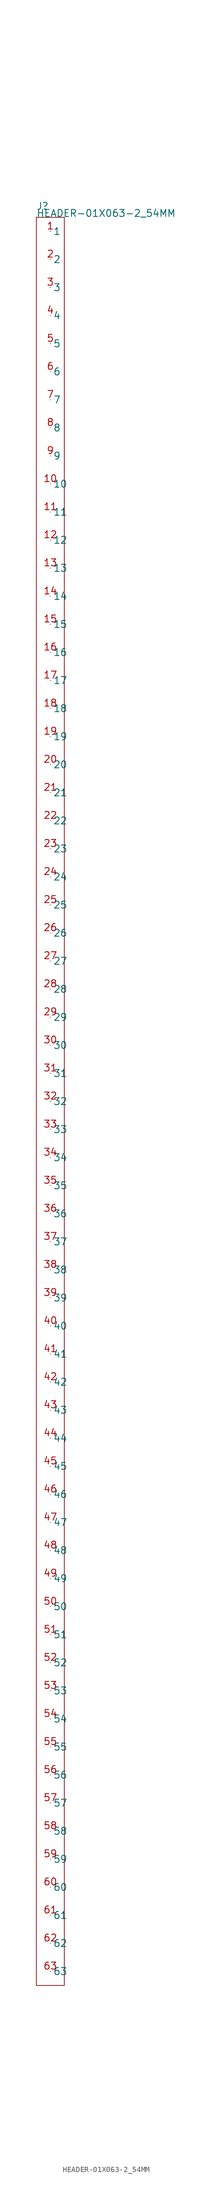
<source format=kicad_sym>
(kicad_symbol_lib
  (version 20211014)
  (generator kicad_symbol_editor)
  (symbol "HEADER-01X063-2_54MM"
    (pin_names)
    (property "Reference" "J"
      (at -2.54 161.29 0)
      (effects (font (size 1.27 1.27)) (justify left bottom)))
    (property "Value" "HEADER-01X063-2_54MM"
      (at -2.54 160.02 0)
      (effects (font (size 1.27 1.27)) (justify left bottom)))
    (property "Datasheet" ""
      (at 0 0 0))
    (property "ki_description" "Header 1x63  - Header Vertical 63POS 2.54MM Technical Specifications: Pitch: 0.1\" (2.54mm) "
      (at 0 0 0))
    (property "ki_fp_filters" "FlashPCB_Connectors:HEADER-THT-01X063-2_54MM FlashPCB_Connectors:HEADER-THT-LONG-01X063-2_54MM FlashPCB_Connectors:HEADER-THT-NOSILK-01X063-2_54MM FlashPCB_Connectors:HEADER-THT-LONG-NOSILK-01X063-2_54MM"
      (at 0 0 0))
    (symbol "HEADER-01X063-2_54MM_1_1"
      (polyline (pts (xy -2.54 160.02) (xy 2.54 160.02)) (stroke (width 0.127)) (fill (type none)))
      (polyline (pts (xy 2.54 160.02) (xy 2.54 -160.02)) (stroke (width 0.127)) (fill (type none)))
      (polyline (pts (xy 2.54 -160.02) (xy -2.54 -160.02)) (stroke (width 0.127)) (fill (type none)))
      (polyline (pts (xy -2.54 -160.02) (xy -2.54 160.02)) (stroke (width 0.127)) (fill (type none)))
      (pin bidirectional line (at 0 157.48 0) (length 0) (name "1" (effects (font (size 1.27 1.27)))) (number "1" (effects (font (size 1.27 1.27)))))
      (pin bidirectional line (at 0 152.4 0) (length 0) (name "2" (effects (font (size 1.27 1.27)))) (number "2" (effects (font (size 1.27 1.27)))))
      (pin bidirectional line (at 0 147.32 0) (length 0) (name "3" (effects (font (size 1.27 1.27)))) (number "3" (effects (font (size 1.27 1.27)))))
      (pin bidirectional line (at 0 142.24 0) (length 0) (name "4" (effects (font (size 1.27 1.27)))) (number "4" (effects (font (size 1.27 1.27)))))
      (pin bidirectional line (at 0 137.16 0) (length 0) (name "5" (effects (font (size 1.27 1.27)))) (number "5" (effects (font (size 1.27 1.27)))))
      (pin bidirectional line (at 0 132.08 0) (length 0) (name "6" (effects (font (size 1.27 1.27)))) (number "6" (effects (font (size 1.27 1.27)))))
      (pin bidirectional line (at 0 127 0) (length 0) (name "7" (effects (font (size 1.27 1.27)))) (number "7" (effects (font (size 1.27 1.27)))))
      (pin bidirectional line (at 0 121.92 0) (length 0) (name "8" (effects (font (size 1.27 1.27)))) (number "8" (effects (font (size 1.27 1.27)))))
      (pin bidirectional line (at 0 116.84 0) (length 0) (name "9" (effects (font (size 1.27 1.27)))) (number "9" (effects (font (size 1.27 1.27)))))
      (pin bidirectional line (at 0 111.76 0) (length 0) (name "10" (effects (font (size 1.27 1.27)))) (number "10" (effects (font (size 1.27 1.27)))))
      (pin bidirectional line (at 0 106.68 0) (length 0) (name "11" (effects (font (size 1.27 1.27)))) (number "11" (effects (font (size 1.27 1.27)))))
      (pin bidirectional line (at 0 101.6 0) (length 0) (name "12" (effects (font (size 1.27 1.27)))) (number "12" (effects (font (size 1.27 1.27)))))
      (pin bidirectional line (at 0 96.52 0) (length 0) (name "13" (effects (font (size 1.27 1.27)))) (number "13" (effects (font (size 1.27 1.27)))))
      (pin bidirectional line (at 0 91.44 0) (length 0) (name "14" (effects (font (size 1.27 1.27)))) (number "14" (effects (font (size 1.27 1.27)))))
      (pin bidirectional line (at 0 86.36 0) (length 0) (name "15" (effects (font (size 1.27 1.27)))) (number "15" (effects (font (size 1.27 1.27)))))
      (pin bidirectional line (at 0 81.28 0) (length 0) (name "16" (effects (font (size 1.27 1.27)))) (number "16" (effects (font (size 1.27 1.27)))))
      (pin bidirectional line (at 0 76.2 0) (length 0) (name "17" (effects (font (size 1.27 1.27)))) (number "17" (effects (font (size 1.27 1.27)))))
      (pin bidirectional line (at 0 71.12 0) (length 0) (name "18" (effects (font (size 1.27 1.27)))) (number "18" (effects (font (size 1.27 1.27)))))
      (pin bidirectional line (at 0 66.04 0) (length 0) (name "19" (effects (font (size 1.27 1.27)))) (number "19" (effects (font (size 1.27 1.27)))))
      (pin bidirectional line (at 0 60.96 0) (length 0) (name "20" (effects (font (size 1.27 1.27)))) (number "20" (effects (font (size 1.27 1.27)))))
      (pin bidirectional line (at 0 55.88 0) (length 0) (name "21" (effects (font (size 1.27 1.27)))) (number "21" (effects (font (size 1.27 1.27)))))
      (pin bidirectional line (at 0 50.8 0) (length 0) (name "22" (effects (font (size 1.27 1.27)))) (number "22" (effects (font (size 1.27 1.27)))))
      (pin bidirectional line (at 0 45.72 0) (length 0) (name "23" (effects (font (size 1.27 1.27)))) (number "23" (effects (font (size 1.27 1.27)))))
      (pin bidirectional line (at 0 40.64 0) (length 0) (name "24" (effects (font (size 1.27 1.27)))) (number "24" (effects (font (size 1.27 1.27)))))
      (pin bidirectional line (at 0 35.56 0) (length 0) (name "25" (effects (font (size 1.27 1.27)))) (number "25" (effects (font (size 1.27 1.27)))))
      (pin bidirectional line (at 0 30.48 0) (length 0) (name "26" (effects (font (size 1.27 1.27)))) (number "26" (effects (font (size 1.27 1.27)))))
      (pin bidirectional line (at 0 25.4 0) (length 0) (name "27" (effects (font (size 1.27 1.27)))) (number "27" (effects (font (size 1.27 1.27)))))
      (pin bidirectional line (at 0 20.32 0) (length 0) (name "28" (effects (font (size 1.27 1.27)))) (number "28" (effects (font (size 1.27 1.27)))))
      (pin bidirectional line (at 0 15.24 0) (length 0) (name "29" (effects (font (size 1.27 1.27)))) (number "29" (effects (font (size 1.27 1.27)))))
      (pin bidirectional line (at 0 10.16 0) (length 0) (name "30" (effects (font (size 1.27 1.27)))) (number "30" (effects (font (size 1.27 1.27)))))
      (pin bidirectional line (at 0 5.08 0) (length 0) (name "31" (effects (font (size 1.27 1.27)))) (number "31" (effects (font (size 1.27 1.27)))))
      (pin bidirectional line (at 0 0 0) (length 0) (name "32" (effects (font (size 1.27 1.27)))) (number "32" (effects (font (size 1.27 1.27)))))
      (pin bidirectional line (at 0 -5.08 0) (length 0) (name "33" (effects (font (size 1.27 1.27)))) (number "33" (effects (font (size 1.27 1.27)))))
      (pin bidirectional line (at 0 -10.16 0) (length 0) (name "34" (effects (font (size 1.27 1.27)))) (number "34" (effects (font (size 1.27 1.27)))))
      (pin bidirectional line (at 0 -15.24 0) (length 0) (name "35" (effects (font (size 1.27 1.27)))) (number "35" (effects (font (size 1.27 1.27)))))
      (pin bidirectional line (at 0 -20.32 0) (length 0) (name "36" (effects (font (size 1.27 1.27)))) (number "36" (effects (font (size 1.27 1.27)))))
      (pin bidirectional line (at 0 -25.4 0) (length 0) (name "37" (effects (font (size 1.27 1.27)))) (number "37" (effects (font (size 1.27 1.27)))))
      (pin bidirectional line (at 0 -30.48 0) (length 0) (name "38" (effects (font (size 1.27 1.27)))) (number "38" (effects (font (size 1.27 1.27)))))
      (pin bidirectional line (at 0 -35.56 0) (length 0) (name "39" (effects (font (size 1.27 1.27)))) (number "39" (effects (font (size 1.27 1.27)))))
      (pin bidirectional line (at 0 -40.64 0) (length 0) (name "40" (effects (font (size 1.27 1.27)))) (number "40" (effects (font (size 1.27 1.27)))))
      (pin bidirectional line (at 0 -45.72 0) (length 0) (name "41" (effects (font (size 1.27 1.27)))) (number "41" (effects (font (size 1.27 1.27)))))
      (pin bidirectional line (at 0 -50.8 0) (length 0) (name "42" (effects (font (size 1.27 1.27)))) (number "42" (effects (font (size 1.27 1.27)))))
      (pin bidirectional line (at 0 -55.88 0) (length 0) (name "43" (effects (font (size 1.27 1.27)))) (number "43" (effects (font (size 1.27 1.27)))))
      (pin bidirectional line (at 0 -60.96 0) (length 0) (name "44" (effects (font (size 1.27 1.27)))) (number "44" (effects (font (size 1.27 1.27)))))
      (pin bidirectional line (at 0 -66.04 0) (length 0) (name "45" (effects (font (size 1.27 1.27)))) (number "45" (effects (font (size 1.27 1.27)))))
      (pin bidirectional line (at 0 -71.12 0) (length 0) (name "46" (effects (font (size 1.27 1.27)))) (number "46" (effects (font (size 1.27 1.27)))))
      (pin bidirectional line (at 0 -76.2 0) (length 0) (name "47" (effects (font (size 1.27 1.27)))) (number "47" (effects (font (size 1.27 1.27)))))
      (pin bidirectional line (at 0 -81.28 0) (length 0) (name "48" (effects (font (size 1.27 1.27)))) (number "48" (effects (font (size 1.27 1.27)))))
      (pin bidirectional line (at 0 -86.36 0) (length 0) (name "49" (effects (font (size 1.27 1.27)))) (number "49" (effects (font (size 1.27 1.27)))))
      (pin bidirectional line (at 0 -91.44 0) (length 0) (name "50" (effects (font (size 1.27 1.27)))) (number "50" (effects (font (size 1.27 1.27)))))
      (pin bidirectional line (at 0 -96.52 0) (length 0) (name "51" (effects (font (size 1.27 1.27)))) (number "51" (effects (font (size 1.27 1.27)))))
      (pin bidirectional line (at 0 -101.6 0) (length 0) (name "52" (effects (font (size 1.27 1.27)))) (number "52" (effects (font (size 1.27 1.27)))))
      (pin bidirectional line (at 0 -106.68 0) (length 0) (name "53" (effects (font (size 1.27 1.27)))) (number "53" (effects (font (size 1.27 1.27)))))
      (pin bidirectional line (at 0 -111.76 0) (length 0) (name "54" (effects (font (size 1.27 1.27)))) (number "54" (effects (font (size 1.27 1.27)))))
      (pin bidirectional line (at 0 -116.84 0) (length 0) (name "55" (effects (font (size 1.27 1.27)))) (number "55" (effects (font (size 1.27 1.27)))))
      (pin bidirectional line (at 0 -121.92 0) (length 0) (name "56" (effects (font (size 1.27 1.27)))) (number "56" (effects (font (size 1.27 1.27)))))
      (pin bidirectional line (at 0 -127 0) (length 0) (name "57" (effects (font (size 1.27 1.27)))) (number "57" (effects (font (size 1.27 1.27)))))
      (pin bidirectional line (at 0 -132.08 0) (length 0) (name "58" (effects (font (size 1.27 1.27)))) (number "58" (effects (font (size 1.27 1.27)))))
      (pin bidirectional line (at 0 -137.16 0) (length 0) (name "59" (effects (font (size 1.27 1.27)))) (number "59" (effects (font (size 1.27 1.27)))))
      (pin bidirectional line (at 0 -142.24 0) (length 0) (name "60" (effects (font (size 1.27 1.27)))) (number "60" (effects (font (size 1.27 1.27)))))
      (pin bidirectional line (at 0 -147.32 0) (length 0) (name "61" (effects (font (size 1.27 1.27)))) (number "61" (effects (font (size 1.27 1.27)))))
      (pin bidirectional line (at 0 -152.4 0) (length 0) (name "62" (effects (font (size 1.27 1.27)))) (number "62" (effects (font (size 1.27 1.27)))))
      (pin bidirectional line (at 0 -157.48 0) (length 0) (name "63" (effects (font (size 1.27 1.27)))) (number "63" (effects (font (size 1.27 1.27))))))))
</source>
